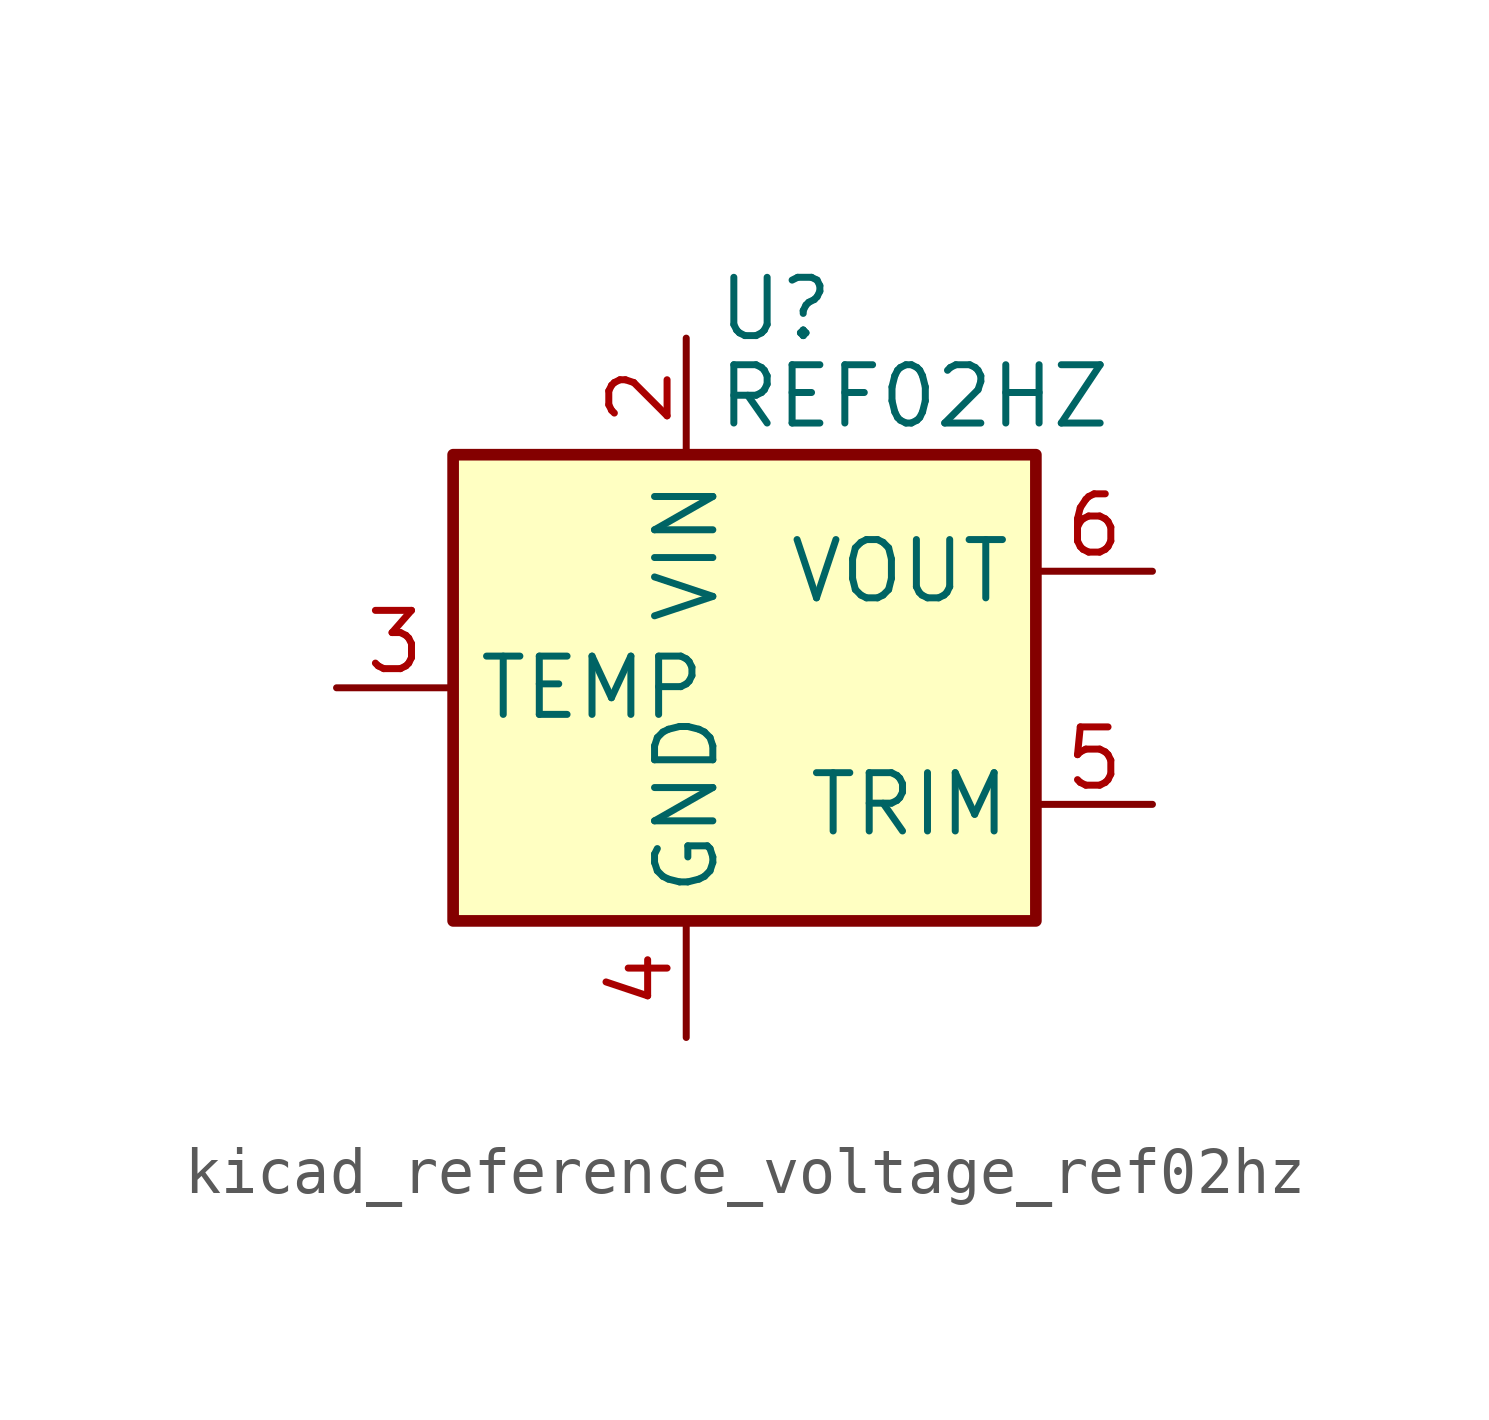
<source format=kicad_sym>
(kicad_symbol_lib
  (version 20220914)
  (generator kicad_symbol_editor)
  (symbol "kicad_reference_voltage_ref02hz"
    (property "Reference" "U"
      (at 0.635 8.255 0)
      (effects (font (size 1.27 1.27)) (justify left)))
    (property "Value" "REF02HZ"
      (at 0.635 6.35 0)
      (effects (font (size 1.27 1.27)) (justify left)))
    (symbol "kicad_reference_voltage_ref02hz_0_1"
      (rectangle (start -5.08 5.08) (end 7.62 -5.08) (stroke (width 0.254) (type default)) (fill (type background))))
    (symbol "kicad_reference_voltage_ref02hz_1_1"
      (pin no_connect line (at 2.54 -5.08 90) (length 2.54) hide (name "NC" (effects (font (size 1.27 1.27)))) (number "1" (effects (font (size 1.27 1.27)))))
      (pin power_in line (at 0 7.62 270) (length 2.54) (name "VIN" (effects (font (size 1.27 1.27)))) (number "2" (effects (font (size 1.27 1.27)))))
      (pin passive line (at -7.62 0 0) (length 2.54) (name "TEMP" (effects (font (size 1.27 1.27)))) (number "3" (effects (font (size 1.27 1.27)))))
      (pin power_in line (at 0 -7.62 90) (length 2.54) (name "GND" (effects (font (size 1.27 1.27)))) (number "4" (effects (font (size 1.27 1.27)))))
      (pin passive line (at 10.16 -2.54 180) (length 2.54) (name "TRIM" (effects (font (size 1.27 1.27)))) (number "5" (effects (font (size 1.27 1.27)))))
      (pin power_out line (at 10.16 2.54 180) (length 2.54) (name "VOUT" (effects (font (size 1.27 1.27)))) (number "6" (effects (font (size 1.27 1.27)))))
      (pin no_connect line (at -2.54 -5.08 90) (length 2.54) hide (name "NC" (effects (font (size 1.27 1.27)))) (number "7" (effects (font (size 1.27 1.27)))))
      (pin no_connect line (at 7.62 0 180) (length 2.54) hide (name "NC" (effects (font (size 1.27 1.27)))) (number "8" (effects (font (size 1.27 1.27))))))))
</source>
